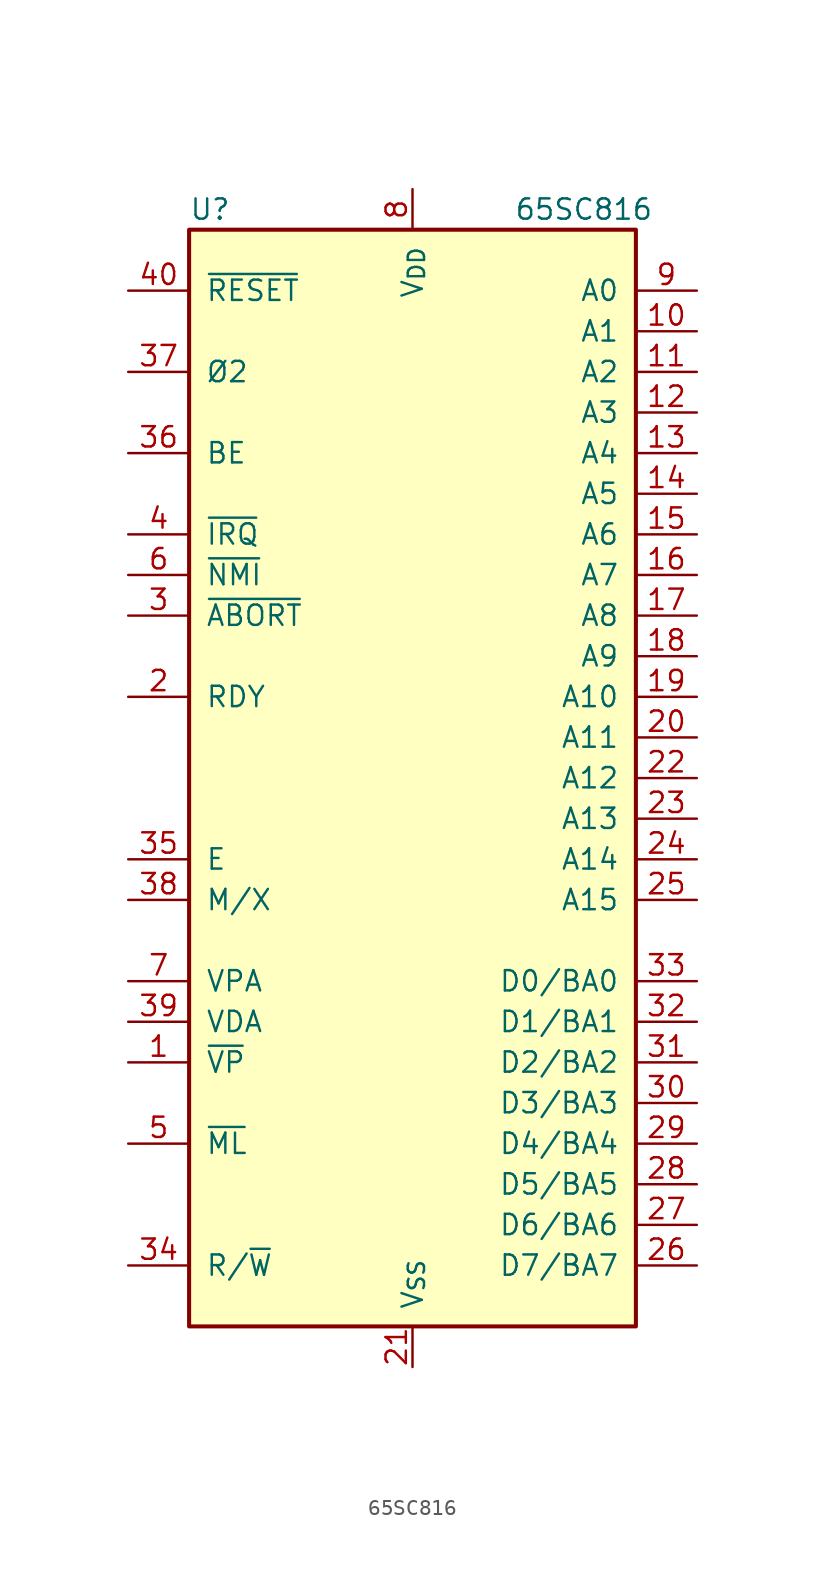
<source format=kicad_sym>
(kicad_symbol_lib
  (version 20231120)
  (generator "kicad_symbol_editor")
  (generator_version "8.0")
  (symbol "65SC816"
    (pin_names
      (offset 1.016))
    (property "Reference" "U"
      (at -13.97 35.56 0)
      (effects (font (size 1.27 1.27)) (justify left)))
    (property "Value" "65SC816"
      (at 6.35 35.56 0)
      (effects (font (size 1.27 1.27)) (justify left)))
    (symbol "65SC816_0_1"
      (rectangle (start -13.97 34.29) (end 13.97 -34.29) (stroke (width 0.254) (type default)) (fill (type background))))
    (symbol "65SC816_1_1"
      (pin output line (at -17.78 -17.78 0) (length 3.81) (name "~{VP}" (effects (font (size 1.27 1.27)))) (number "1" (effects (font (size 1.27 1.27)))))
      (pin tri_state line (at 17.78 27.94 180) (length 3.81) (name "A1" (effects (font (size 1.27 1.27)))) (number "10" (effects (font (size 1.27 1.27)))))
      (pin tri_state line (at 17.78 25.4 180) (length 3.81) (name "A2" (effects (font (size 1.27 1.27)))) (number "11" (effects (font (size 1.27 1.27)))))
      (pin tri_state line (at 17.78 22.86 180) (length 3.81) (name "A3" (effects (font (size 1.27 1.27)))) (number "12" (effects (font (size 1.27 1.27)))))
      (pin tri_state line (at 17.78 20.32 180) (length 3.81) (name "A4" (effects (font (size 1.27 1.27)))) (number "13" (effects (font (size 1.27 1.27)))))
      (pin tri_state line (at 17.78 17.78 180) (length 3.81) (name "A5" (effects (font (size 1.27 1.27)))) (number "14" (effects (font (size 1.27 1.27)))))
      (pin tri_state line (at 17.78 15.24 180) (length 3.81) (name "A6" (effects (font (size 1.27 1.27)))) (number "15" (effects (font (size 1.27 1.27)))))
      (pin tri_state line (at 17.78 12.7 180) (length 3.81) (name "A7" (effects (font (size 1.27 1.27)))) (number "16" (effects (font (size 1.27 1.27)))))
      (pin tri_state line (at 17.78 10.16 180) (length 3.81) (name "A8" (effects (font (size 1.27 1.27)))) (number "17" (effects (font (size 1.27 1.27)))))
      (pin tri_state line (at 17.78 7.62 180) (length 3.81) (name "A9" (effects (font (size 1.27 1.27)))) (number "18" (effects (font (size 1.27 1.27)))))
      (pin tri_state line (at 17.78 5.08 180) (length 3.81) (name "A10" (effects (font (size 1.27 1.27)))) (number "19" (effects (font (size 1.27 1.27)))))
      (pin bidirectional line (at -17.78 5.08 0) (length 3.81) (name "RDY" (effects (font (size 1.27 1.27)))) (number "2" (effects (font (size 1.27 1.27)))))
      (pin tri_state line (at 17.78 2.54 180) (length 3.81) (name "A11" (effects (font (size 1.27 1.27)))) (number "20" (effects (font (size 1.27 1.27)))))
      (pin power_in line (at 0 -36.83 90) (length 2.54) (name "V_{SS}" (effects (font (size 1.27 1.27)))) (number "21" (effects (font (size 1.27 1.27)))))
      (pin tri_state line (at 17.78 0 180) (length 3.81) (name "A12" (effects (font (size 1.27 1.27)))) (number "22" (effects (font (size 1.27 1.27)))))
      (pin tri_state line (at 17.78 -2.54 180) (length 3.81) (name "A13" (effects (font (size 1.27 1.27)))) (number "23" (effects (font (size 1.27 1.27)))))
      (pin tri_state line (at 17.78 -5.08 180) (length 3.81) (name "A14" (effects (font (size 1.27 1.27)))) (number "24" (effects (font (size 1.27 1.27)))))
      (pin tri_state line (at 17.78 -7.62 180) (length 3.81) (name "A15" (effects (font (size 1.27 1.27)))) (number "25" (effects (font (size 1.27 1.27)))))
      (pin bidirectional line (at 17.78 -30.48 180) (length 3.81) (name "D7/BA7" (effects (font (size 1.27 1.27)))) (number "26" (effects (font (size 1.27 1.27)))))
      (pin bidirectional line (at 17.78 -27.94 180) (length 3.81) (name "D6/BA6" (effects (font (size 1.27 1.27)))) (number "27" (effects (font (size 1.27 1.27)))))
      (pin bidirectional line (at 17.78 -25.4 180) (length 3.81) (name "D5/BA5" (effects (font (size 1.27 1.27)))) (number "28" (effects (font (size 1.27 1.27)))))
      (pin bidirectional line (at 17.78 -22.86 180) (length 3.81) (name "D4/BA4" (effects (font (size 1.27 1.27)))) (number "29" (effects (font (size 1.27 1.27)))))
      (pin input line (at -17.78 10.16 0) (length 3.81) (name "~{ABORT}" (effects (font (size 1.27 1.27)))) (number "3" (effects (font (size 1.27 1.27)))))
      (pin bidirectional line (at 17.78 -20.32 180) (length 3.81) (name "D3/BA3" (effects (font (size 1.27 1.27)))) (number "30" (effects (font (size 1.27 1.27)))))
      (pin bidirectional line (at 17.78 -17.78 180) (length 3.81) (name "D2/BA2" (effects (font (size 1.27 1.27)))) (number "31" (effects (font (size 1.27 1.27)))))
      (pin bidirectional line (at 17.78 -15.24 180) (length 3.81) (name "D1/BA1" (effects (font (size 1.27 1.27)))) (number "32" (effects (font (size 1.27 1.27)))))
      (pin bidirectional line (at 17.78 -12.7 180) (length 3.81) (name "D0/BA0" (effects (font (size 1.27 1.27)))) (number "33" (effects (font (size 1.27 1.27)))))
      (pin tri_state line (at -17.78 -30.48 0) (length 3.81) (name "R/~{W}" (effects (font (size 1.27 1.27)))) (number "34" (effects (font (size 1.27 1.27)))))
      (pin output line (at -17.78 -5.08 0) (length 3.81) (name "E" (effects (font (size 1.27 1.27)))) (number "35" (effects (font (size 1.27 1.27)))))
      (pin input line (at -17.78 20.32 0) (length 3.81) (name "BE" (effects (font (size 1.27 1.27)))) (number "36" (effects (font (size 1.27 1.27)))))
      (pin input line (at -17.78 25.4 0) (length 3.81) (name "Ø2" (effects (font (size 1.27 1.27)))) (number "37" (effects (font (size 1.27 1.27)))))
      (pin output line (at -17.78 -7.62 0) (length 3.81) (name "M/X" (effects (font (size 1.27 1.27)))) (number "38" (effects (font (size 1.27 1.27)))))
      (pin output line (at -17.78 -15.24 0) (length 3.81) (name "VDA" (effects (font (size 1.27 1.27)))) (number "39" (effects (font (size 1.27 1.27)))))
      (pin input line (at -17.78 15.24 0) (length 3.81) (name "~{IRQ}" (effects (font (size 1.27 1.27)))) (number "4" (effects (font (size 1.27 1.27)))))
      (pin input line (at -17.78 30.48 0) (length 3.81) (name "~{RESET}" (effects (font (size 1.27 1.27)))) (number "40" (effects (font (size 1.27 1.27)))))
      (pin output line (at -17.78 -22.86 0) (length 3.81) (name "~{ML}" (effects (font (size 1.27 1.27)))) (number "5" (effects (font (size 1.27 1.27)))))
      (pin input line (at -17.78 12.7 0) (length 3.81) (name "~{NMI}" (effects (font (size 1.27 1.27)))) (number "6" (effects (font (size 1.27 1.27)))))
      (pin output line (at -17.78 -12.7 0) (length 3.81) (name "VPA" (effects (font (size 1.27 1.27)))) (number "7" (effects (font (size 1.27 1.27)))))
      (pin power_in line (at 0 36.83 270) (length 2.54) (name "V_{DD}" (effects (font (size 1.27 1.27)))) (number "8" (effects (font (size 1.27 1.27)))))
      (pin tri_state line (at 17.78 30.48 180) (length 3.81) (name "A0" (effects (font (size 1.27 1.27)))) (number "9" (effects (font (size 1.27 1.27))))))))
</source>
